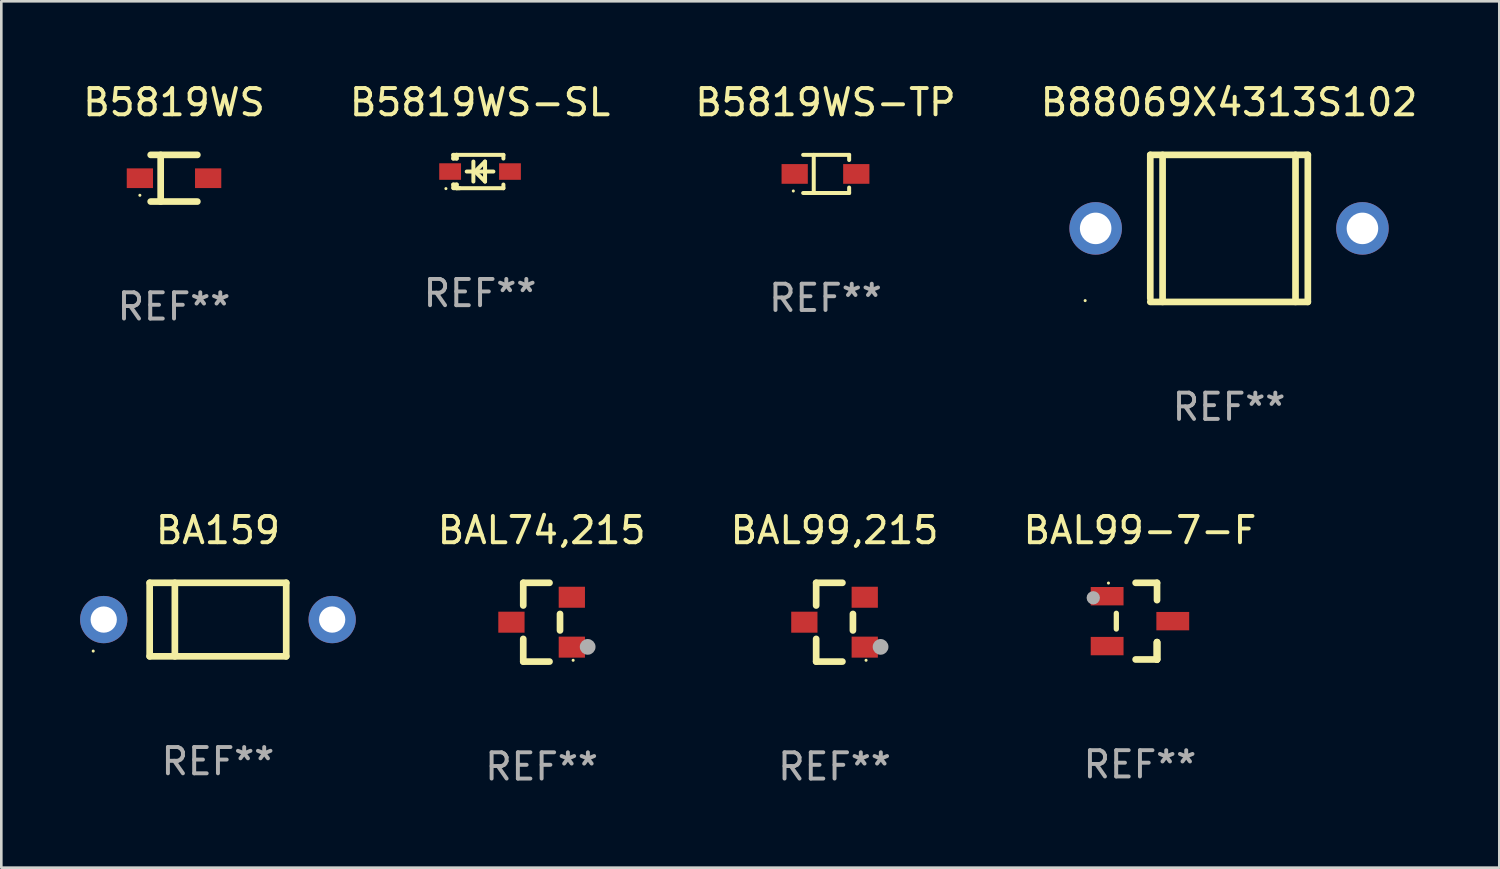
<source format=kicad_pcb>
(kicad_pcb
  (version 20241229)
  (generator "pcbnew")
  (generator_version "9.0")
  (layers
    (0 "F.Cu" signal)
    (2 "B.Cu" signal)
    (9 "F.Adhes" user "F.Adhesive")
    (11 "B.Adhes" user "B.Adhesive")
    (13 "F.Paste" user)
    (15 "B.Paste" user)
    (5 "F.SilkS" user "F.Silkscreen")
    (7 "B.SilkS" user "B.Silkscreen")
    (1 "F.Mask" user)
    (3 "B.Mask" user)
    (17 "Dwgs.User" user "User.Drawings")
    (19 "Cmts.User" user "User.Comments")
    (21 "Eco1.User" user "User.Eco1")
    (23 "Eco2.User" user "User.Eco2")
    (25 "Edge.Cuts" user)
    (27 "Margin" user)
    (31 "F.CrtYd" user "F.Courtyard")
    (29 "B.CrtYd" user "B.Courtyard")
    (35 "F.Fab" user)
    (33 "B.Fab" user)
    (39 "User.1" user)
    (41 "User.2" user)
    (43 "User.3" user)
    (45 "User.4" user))
  (footprint "B5819WS-TP"
    (layer "F.Cu")
    (at 28.387 3.574)
    (property "Reference" "B5819WS-TP" (at 0 -2.726 0) (layer "F.SilkS") (effects (font (size 1 1) (thickness 0.15))))
    (attr through_hole)
    (fp_line (start -0.851 -0.726) (end 0.901 -0.726) (stroke (width 0.152) (type solid)) (layer "F.SilkS"))
    (fp_line (start -0.851 0.726) (end 0.901 0.726) (stroke (width 0.152) (type solid)) (layer "F.SilkS"))
    (fp_line (start -0.447 -0.726) (end -0.447 0.726) (stroke (width 0.152) (type solid)) (layer "F.SilkS"))
    (fp_line (start 0.901 -0.726) (end 0.901 -0.53) (stroke (width 0.152) (type solid)) (layer "F.SilkS"))
    (fp_line (start 0.901 0.726) (end 0.901 0.52) (stroke (width 0.152) (type solid)) (layer "F.SilkS"))
    (fp_circle (center -1.225 0.65) (end -1.195 0.65) (stroke (width 0.06) (type solid)) (fill no) (layer "F.SilkS"))
    (fp_text user "REF**" (at 0 4.726 0) (layer "F.Fab") (effects (font (size 1 1) (thickness 0.15))))
    (pad "1" smd rect (at -1.173 0) (size 1 0.75) (layers "F.Cu" "F.Mask" "F.Paste"))
    (pad "2" smd rect (at 1.173 0) (size 1 0.75) (layers "F.Cu" "F.Mask" "F.Paste")))
  (footprint "BAL99-7-F"
    (layer "F.Cu")
    (at 40.363 20.605)
    (property "Reference" "BAL99-7-F" (at 0 -3.46 0) (layer "F.SilkS") (effects (font (size 1 1) (thickness 0.15))))
    (attr through_hole)
    (fp_line (start -0.9 -0.3) (end -0.9 0.3) (stroke (width 0.2) (type solid)) (layer "F.SilkS"))
    (fp_line (start -0.165 -1.46) (end 0.65 -1.46) (stroke (width 0.254) (type solid)) (layer "F.SilkS"))
    (fp_line (start 0.65 -1.46) (end 0.65 -0.8) (stroke (width 0.254) (type solid)) (layer "F.SilkS"))
    (fp_line (start 0.65 0.8) (end 0.65 1.46) (stroke (width 0.254) (type solid)) (layer "F.SilkS"))
    (fp_line (start 0.65 0.8) (end 0.65 1.46) (stroke (width 0.254) (type solid)) (layer "F.SilkS"))
    (fp_line (start 0.65 1.46) (end -0.165 1.46) (stroke (width 0.254) (type solid)) (layer "F.SilkS"))
    (fp_line (start 0.65 1.46) (end 0.65 0.8) (stroke (width 0.254) (type solid)) (layer "F.SilkS"))
    (fp_circle (center -1.2 -1.45) (end -1.17 -1.45) (stroke (width 0.06) (type solid)) (fill no) (layer "F.SilkS"))
    (fp_circle (center -1.778 -0.889) (end -1.651 -0.889) (stroke (width 0.254) (type solid)) (fill no) (layer "F.Fab"))
    (fp_text user "REF**" (at 0 5.46 0) (layer "F.Fab") (effects (font (size 1 1) (thickness 0.15))))
    (pad "1" smd rect (at -1.25 -0.95 90) (size 0.7 1.25) (layers "F.Cu" "F.Mask" "F.Paste"))
    (pad "2" smd rect (at -1.25 0.95 90) (size 0.7 1.25) (layers "F.Cu" "F.Mask" "F.Paste"))
    (pad "3" smd rect (at 1.25 -0.000051 90) (size 0.7 1.25) (layers "F.Cu" "F.Mask" "F.Paste")))
  (footprint "BAL74,215"
    (layer "F.Cu")
    (at 17.577 20.645)
    (property "Reference" "BAL74,215" (at 0 -3.5 0) (layer "F.SilkS") (effects (font (size 1 1) (thickness 0.15))))
    (attr through_hole)
    (fp_line (start -0.7 -1.5) (end 0.3 -1.5) (stroke (width 0.254) (type solid)) (layer "F.SilkS"))
    (fp_line (start -0.7 -0.636) (end -0.7 -1.5) (stroke (width 0.254) (type solid)) (layer "F.SilkS"))
    (fp_line (start -0.7 1.5) (end -0.7 0.636) (stroke (width 0.254) (type solid)) (layer "F.SilkS"))
    (fp_line (start -0.7 1.5) (end 0.3 1.5) (stroke (width 0.254) (type solid)) (layer "F.SilkS"))
    (fp_line (start 0.7 0.314) (end 0.7 -0.314) (stroke (width 0.254) (type solid)) (layer "F.SilkS"))
    (fp_circle (center 1.2 1.45) (end 1.23 1.45) (stroke (width 0.06) (type solid)) (fill no) (layer "F.SilkS"))
    (fp_circle (center 1.753 0.94) (end 1.903 0.94) (stroke (width 0.3) (type solid)) (fill no) (layer "F.Fab"))
    (fp_text user "REF**" (at 0 5.5 0) (layer "F.Fab") (effects (font (size 1 1) (thickness 0.15))))
    (pad "1" smd rect (at 1.15 0.95 180) (size 1 0.8) (layers "F.Cu" "F.Mask" "F.Paste"))
    (pad "2" smd rect (at 1.15 -0.95 180) (size 1 0.8) (layers "F.Cu" "F.Mask" "F.Paste"))
    (pad "3" smd rect (at -1.15 -0.000051 180) (size 1 0.8) (layers "F.Cu" "F.Mask" "F.Paste")))
  (footprint "BA159"
    (layer "F.Cu")
    (at 5.25 20.545)
    (property "Reference" "BA159" (at 0 -3.4 0) (layer "F.SilkS") (effects (font (size 1 1) (thickness 0.15))))
    (attr through_hole)
    (fp_line (start -2.6 -1.4) (end -2.6 1.4) (stroke (width 0.254) (type solid)) (layer "F.SilkS"))
    (fp_line (start -2.6 -1.4) (end 2.6 -1.4) (stroke (width 0.254) (type solid)) (layer "F.SilkS"))
    (fp_line (start -2.6 1.4) (end 2.6 1.4) (stroke (width 0.254) (type solid)) (layer "F.SilkS"))
    (fp_line (start -1.641 -1.4) (end -1.641 1.4) (stroke (width 0.254) (type solid)) (layer "F.SilkS"))
    (fp_line (start 2.6 -1.4) (end 2.6 1.4) (stroke (width 0.254) (type solid)) (layer "F.SilkS"))
    (fp_circle (center -4.75 1.2) (end -4.72 1.2) (stroke (width 0.06) (type solid)) (fill no) (layer "F.SilkS"))
    (fp_text user "REF**" (at 0 5.4 0) (layer "F.Fab") (effects (font (size 1 1) (thickness 0.15))))
    (pad "1" thru_hole circle (at -4.35 0) (size 1.8 1.8) (drill 1) (layers "*.Cu" "*.Mask"))
    (pad "2" thru_hole circle (at 4.35 0) (size 1.8 1.8) (drill 1) (layers "*.Cu" "*.Mask")))
  (footprint "B5819WS"
    (layer "F.Cu")
    (at 3.577 3.737)
    (property "Reference" "B5819WS" (at 0 -2.889 0) (layer "F.SilkS") (effects (font (size 1 1) (thickness 0.15))))
    (attr through_hole)
    (fp_line (start -0.889 -0.889) (end 0.889 -0.889) (stroke (width 0.254) (type solid)) (layer "F.SilkS"))
    (fp_line (start -0.889 0.889) (end 0.889 0.889) (stroke (width 0.254) (type solid)) (layer "F.SilkS"))
    (fp_line (start -0.508 -0.889) (end -0.508 0.889) (stroke (width 0.254) (type solid)) (layer "F.SilkS"))
    (fp_circle (center -1.3 0.65) (end -1.27 0.65) (stroke (width 0.06) (type solid)) (fill no) (layer "F.SilkS"))
    (fp_text user "REF**" (at 0 4.889 0) (layer "F.Fab") (effects (font (size 1 1) (thickness 0.15))))
    (pad "1" smd rect (at -1.3 0) (size 1 0.75) (layers "F.Cu" "F.Mask" "F.Paste"))
    (pad "2" smd rect (at 1.3 0) (size 1 0.75) (layers "F.Cu" "F.Mask" "F.Paste")))
  (footprint "BAL99,215"
    (layer "F.Cu")
    (at 28.732 20.645)
    (property "Reference" "BAL99,215" (at 0 -3.5 0) (layer "F.SilkS") (effects (font (size 1 1) (thickness 0.15))))
    (attr through_hole)
    (fp_line (start -0.7 -1.5) (end 0.3 -1.5) (stroke (width 0.254) (type solid)) (layer "F.SilkS"))
    (fp_line (start -0.7 -0.636) (end -0.7 -1.5) (stroke (width 0.254) (type solid)) (layer "F.SilkS"))
    (fp_line (start -0.7 1.5) (end -0.7 0.636) (stroke (width 0.254) (type solid)) (layer "F.SilkS"))
    (fp_line (start -0.7 1.5) (end 0.3 1.5) (stroke (width 0.254) (type solid)) (layer "F.SilkS"))
    (fp_line (start 0.7 0.314) (end 0.7 -0.314) (stroke (width 0.254) (type solid)) (layer "F.SilkS"))
    (fp_circle (center 1.2 1.45) (end 1.23 1.45) (stroke (width 0.06) (type solid)) (fill no) (layer "F.SilkS"))
    (fp_circle (center 1.753 0.94) (end 1.903 0.94) (stroke (width 0.3) (type solid)) (fill no) (layer "F.Fab"))
    (fp_text user "REF**" (at 0 5.5 0) (layer "F.Fab") (effects (font (size 1 1) (thickness 0.15))))
    (pad "1" smd rect (at 1.15 0.95 180) (size 1 0.8) (layers "F.Cu" "F.Mask" "F.Paste"))
    (pad "2" smd rect (at 1.15 -0.95 180) (size 1 0.8) (layers "F.Cu" "F.Mask" "F.Paste"))
    (pad "3" smd rect (at -1.15 -0.000051 180) (size 1 0.8) (layers "F.Cu" "F.Mask" "F.Paste")))
  (footprint "B5819WS-SL"
    (layer "F.Cu")
    (at 15.232 3.483)
    (property "Reference" "B5819WS-SL" (at 0 -2.635 0) (layer "F.SilkS") (effects (font (size 1 1) (thickness 0.15))))
    (attr through_hole)
    (fp_line (start -1.02 -0.635) (end -1.02 -0.495) (stroke (width 0.152) (type solid)) (layer "F.SilkS"))
    (fp_line (start -1.02 -0.495) (end -0.889 -0.495) (stroke (width 0.152) (type solid)) (layer "F.SilkS"))
    (fp_line (start -1.02 0.495) (end -1.02 0.62) (stroke (width 0.152) (type solid)) (layer "F.SilkS"))
    (fp_line (start -1.02 0.495) (end -0.889 0.495) (stroke (width 0.152) (type solid)) (layer "F.SilkS"))
    (fp_line (start -0.889 -0.635) (end -1.02 -0.635) (stroke (width 0.152) (type solid)) (layer "F.SilkS"))
    (fp_line (start -0.889 -0.635) (end -0.889 -0.595) (stroke (width 0.152) (type solid)) (layer "F.SilkS"))
    (fp_line (start -0.889 -0.635) (end 0.889 -0.635) (stroke (width 0.152) (type solid)) (layer "F.SilkS"))
    (fp_line (start -0.889 -0.495) (end -0.889 -0.635) (stroke (width 0.152) (type solid)) (layer "F.SilkS"))
    (fp_line (start -0.889 0.595) (end -0.889 0.495) (stroke (width 0.152) (type solid)) (layer "F.SilkS"))
    (fp_line (start -0.889 0.595) (end -0.889 0.635) (stroke (width 0.152) (type solid)) (layer "F.SilkS"))
    (fp_line (start -0.889 0.635) (end 0.889 0.635) (stroke (width 0.152) (type solid)) (layer "F.SilkS"))
    (fp_line (start -0.776 0.635) (end -1.014 0.635) (stroke (width 0.152) (type solid)) (layer "F.SilkS"))
    (fp_line (start -0.254 -0.381) (end -0.254 0.381) (stroke (width 0.152) (type solid)) (layer "F.SilkS"))
    (fp_line (start -0.191 0) (end 0.19 -0.381) (stroke (width 0.152) (type solid)) (layer "F.SilkS"))
    (fp_line (start 0.19 -0.381) (end 0.19 0.381) (stroke (width 0.152) (type solid)) (layer "F.SilkS"))
    (fp_line (start 0.19 0.381) (end -0.191 0) (stroke (width 0.152) (type solid)) (layer "F.SilkS"))
    (fp_line (start 0.508 0) (end -0.508 0) (stroke (width 0.152) (type solid)) (layer "F.SilkS"))
    (fp_line (start 0.889 -0.635) (end 0.889 -0.495) (stroke (width 0.152) (type solid)) (layer "F.SilkS"))
    (fp_line (start 0.889 0.495) (end 0.889 0.635) (stroke (width 0.152) (type solid)) (layer "F.SilkS"))
    (fp_circle (center -1.3 0.65) (end -1.27 0.65) (stroke (width 0.06) (type solid)) (fill no) (layer "F.SilkS"))
    (fp_text user "REF**" (at 0 4.635 0) (layer "F.Fab") (effects (font (size 1 1) (thickness 0.15))))
    (pad "1" smd rect (at -1.14 0 90) (size 0.63 0.83) (layers "F.Cu" "F.Mask" "F.Paste"))
    (pad "2" smd rect (at 1.14 0 90) (size 0.63 0.83) (layers "F.Cu" "F.Mask" "F.Paste")))
  (footprint "B88069X4313S102"
    (layer "F.Cu")
    (at 43.756 5.648)
    (property "Reference" "B88069X4313S102" (at 0 -4.8 0) (layer "F.SilkS") (effects (font (size 1 1) (thickness 0.15))))
    (attr through_hole)
    (fp_line (start -3 -2.8) (end -3 2.667) (stroke (width 0.254) (type solid)) (layer "F.SilkS"))
    (fp_line (start -3 -2.8) (end 3 -2.8) (stroke (width 0.254) (type solid)) (layer "F.SilkS"))
    (fp_line (start -3 2.8) (end 3 2.8) (stroke (width 0.254) (type solid)) (layer "F.SilkS"))
    (fp_line (start -2.531 -2.8) (end -2.531 2.8) (stroke (width 0.254) (type solid)) (layer "F.SilkS"))
    (fp_line (start 2.531 -2.8) (end 2.531 2.8) (stroke (width 0.254) (type solid)) (layer "F.SilkS"))
    (fp_line (start 3 -2.8) (end 3 2.8) (stroke (width 0.254) (type solid)) (layer "F.SilkS"))
    (fp_circle (center -5.48 2.75) (end -5.45 2.75) (stroke (width 0.06) (type solid)) (fill no) (layer "F.SilkS"))
    (fp_text user "REF**" (at 0 6.8 0) (layer "F.Fab") (effects (font (size 1 1) (thickness 0.15))))
    (pad "1" thru_hole circle (at -5.08 -0.000102) (size 2 2) (drill 1.2) (layers "*.Cu" "*.Mask"))
    (pad "2" thru_hole circle (at 5.08 -0.000102) (size 2 2) (drill 1.2) (layers "*.Cu" "*.Mask")))
  (gr_rect
    (start -3 -3)
    (end 54.048 29.993)
    (stroke (width 0.1) (type default))
    (fill no)
    (layer "Edge.Cuts")))
</source>
